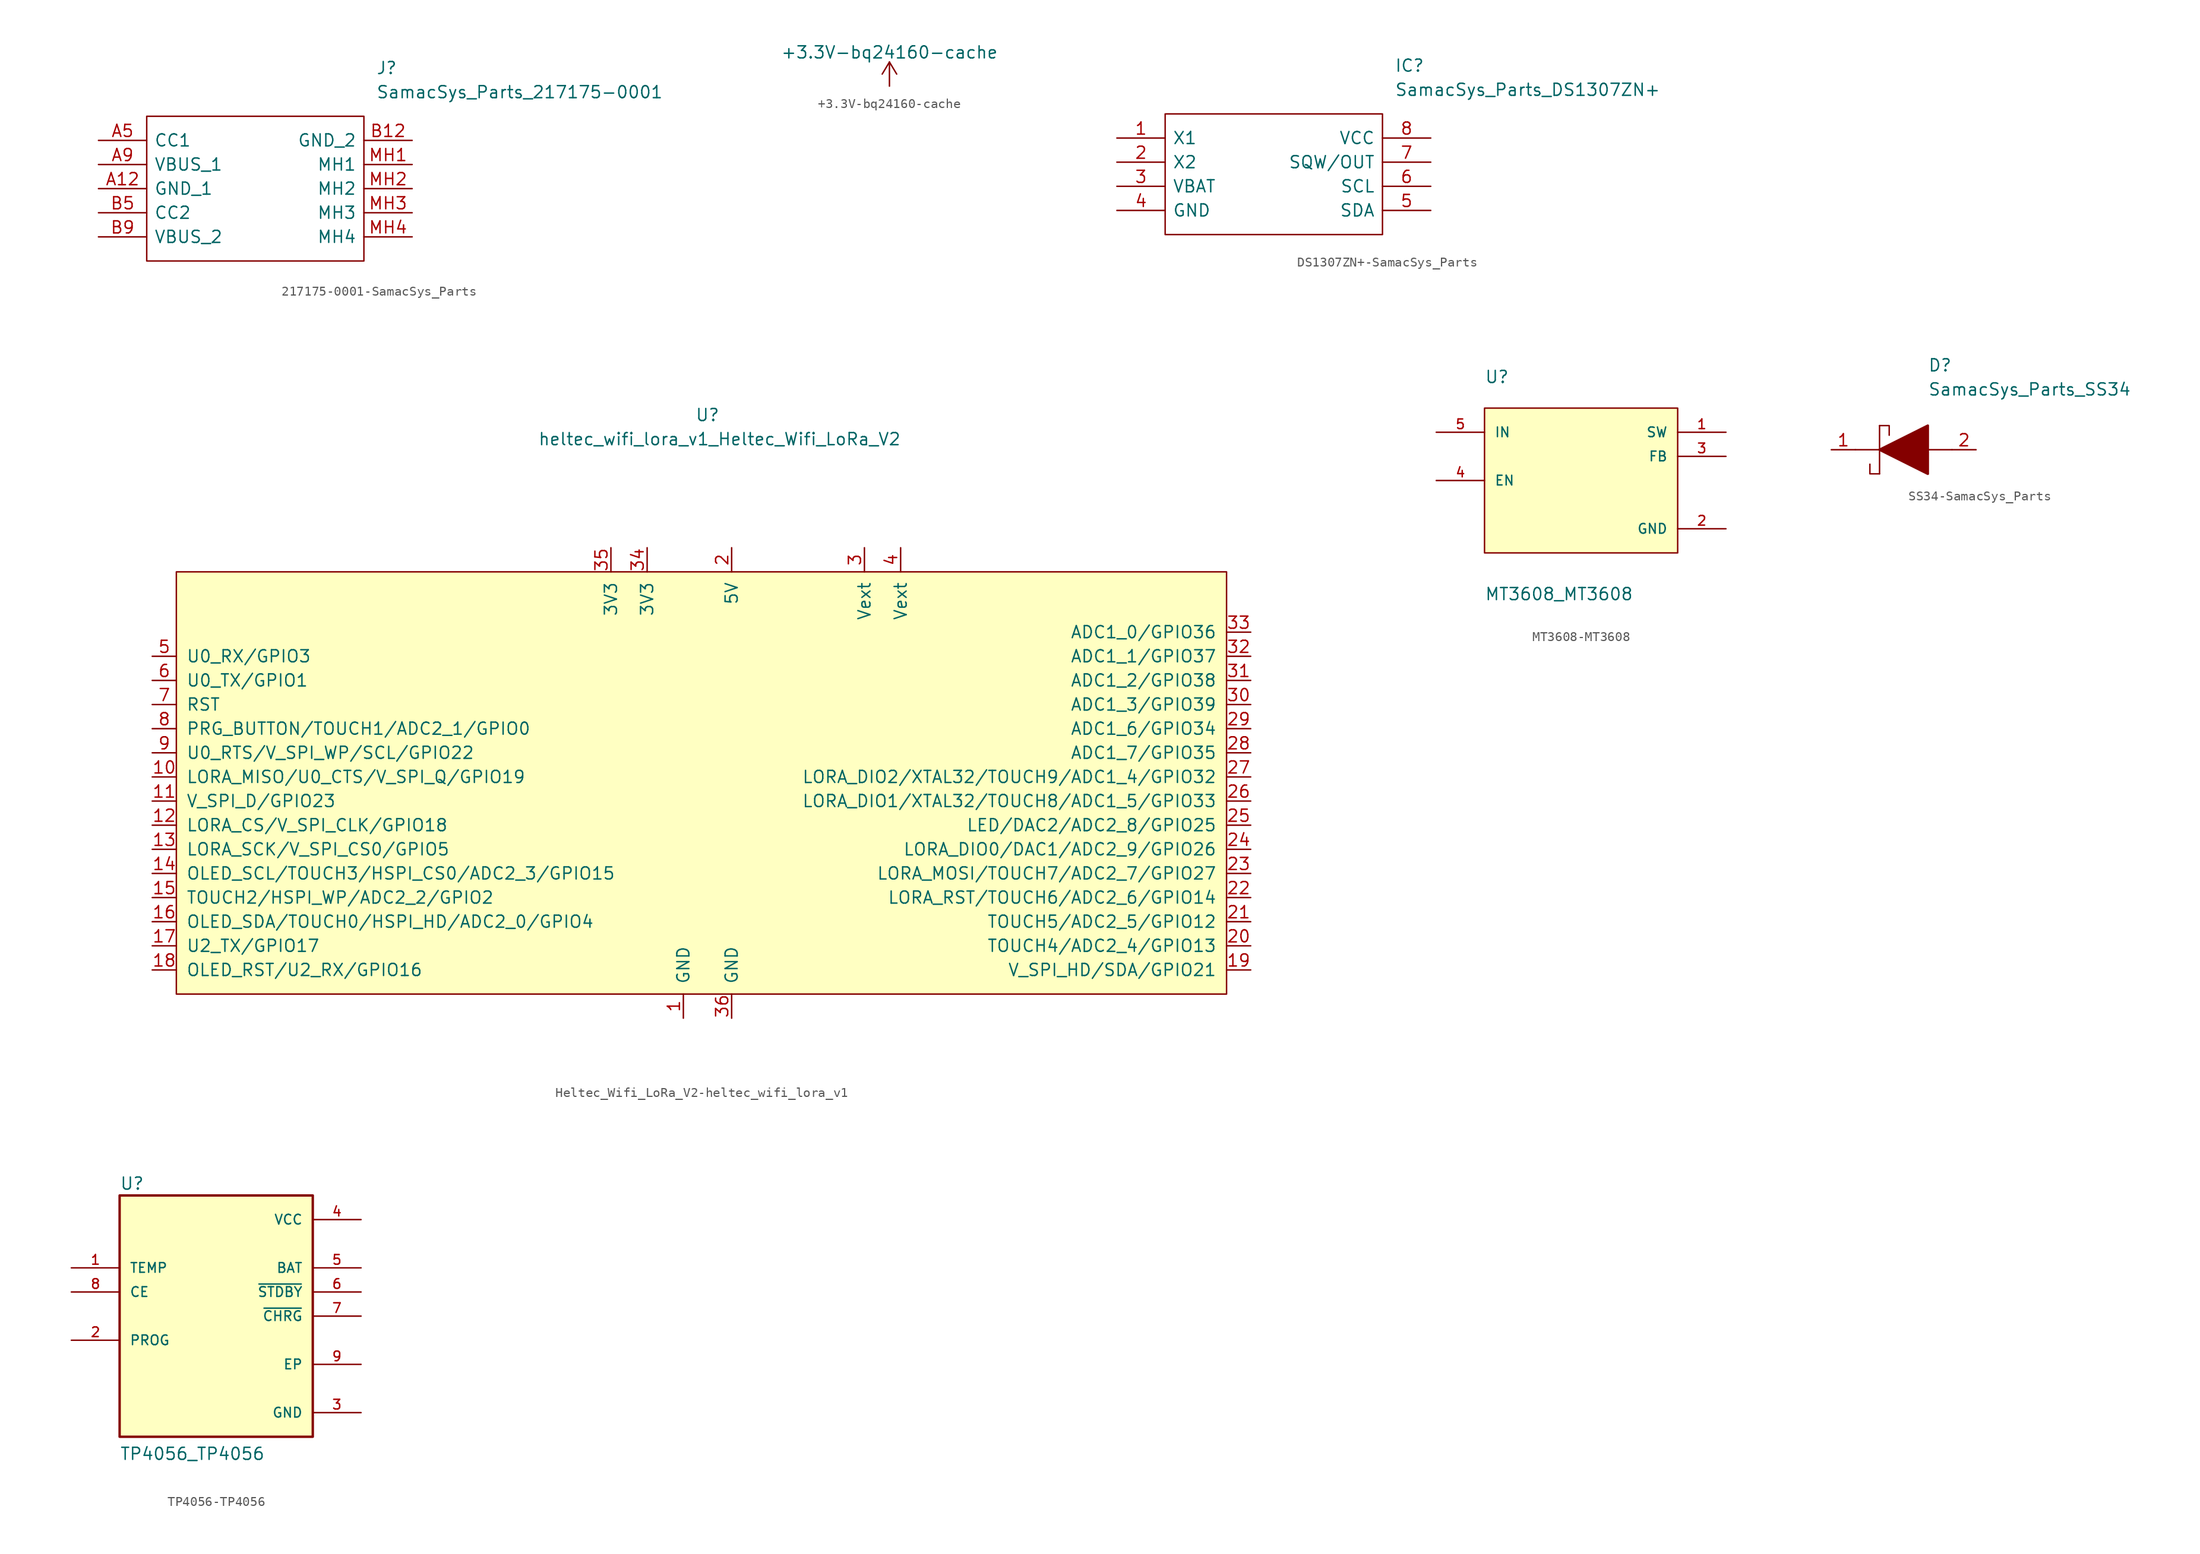
<source format=kicad_sym>
(kicad_symbol_lib
  (version 20220914)
  (generator kicad_symbol_editor)
  (symbol "217175-0001-SamacSys_Parts"
    (pin_names
      (offset 0.762))
    (property "Reference" "J"
      (at 29.21 7.62 0)
      (effects (font (size 1.27 1.27)) (justify left)))
    (property "Value" "SamacSys_Parts_217175-0001"
      (at 29.21 5.08 0)
      (effects (font (size 1.27 1.27)) (justify left)))
    (symbol "217175-0001-SamacSys_Parts_0_0"
      (pin passive line (at 0 -5.08 0) (length 5.08) (name "GND_1" (effects (font (size 1.27 1.27)))) (number "A12" (effects (font (size 1.27 1.27)))))
      (pin passive line (at 0 0 0) (length 5.08) (name "CC1" (effects (font (size 1.27 1.27)))) (number "A5" (effects (font (size 1.27 1.27)))))
      (pin passive line (at 0 -2.54 0) (length 5.08) (name "VBUS_1" (effects (font (size 1.27 1.27)))) (number "A9" (effects (font (size 1.27 1.27)))))
      (pin passive line (at 33.02 0 180) (length 5.08) (name "GND_2" (effects (font (size 1.27 1.27)))) (number "B12" (effects (font (size 1.27 1.27)))))
      (pin passive line (at 0 -7.62 0) (length 5.08) (name "CC2" (effects (font (size 1.27 1.27)))) (number "B5" (effects (font (size 1.27 1.27)))))
      (pin passive line (at 0 -10.16 0) (length 5.08) (name "VBUS_2" (effects (font (size 1.27 1.27)))) (number "B9" (effects (font (size 1.27 1.27)))))
      (pin passive line (at 33.02 -2.54 180) (length 5.08) (name "MH1" (effects (font (size 1.27 1.27)))) (number "MH1" (effects (font (size 1.27 1.27)))))
      (pin passive line (at 33.02 -5.08 180) (length 5.08) (name "MH2" (effects (font (size 1.27 1.27)))) (number "MH2" (effects (font (size 1.27 1.27)))))
      (pin passive line (at 33.02 -7.62 180) (length 5.08) (name "MH3" (effects (font (size 1.27 1.27)))) (number "MH3" (effects (font (size 1.27 1.27)))))
      (pin passive line (at 33.02 -10.16 180) (length 5.08) (name "MH4" (effects (font (size 1.27 1.27)))) (number "MH4" (effects (font (size 1.27 1.27))))))
    (symbol "217175-0001-SamacSys_Parts_0_1"
      (polyline (pts (xy 5.08 2.54) (xy 27.94 2.54) (xy 27.94 -12.7) (xy 5.08 -12.7) (xy 5.08 2.54)) (stroke (width 0.152) (type solid)) (fill (type none)))))
  (symbol "+3.3V-bq24160-cache"
    (power)
    (pin_names
      (offset 0))
    (property "Reference" "#PWR"
      (at 0 -3.81 0)
      (effects (font (size 1.27 1.27)) hide))
    (property "Value" "+3.3V-bq24160-cache"
      (at 0 3.556 0)
      (effects (font (size 1.27 1.27))))
    (symbol "+3.3V-bq24160-cache_0_1"
      (polyline (pts (xy -0.762 1.27) (xy 0 2.54)) (stroke (width 0) (type solid)) (fill (type none)))
      (polyline (pts (xy 0 0) (xy 0 2.54)) (stroke (width 0) (type solid)) (fill (type none)))
      (polyline (pts (xy 0 2.54) (xy 0.762 1.27)) (stroke (width 0) (type solid)) (fill (type none))))
    (symbol "+3.3V-bq24160-cache_1_1"
      (pin power_in line (at 0 0 90) (length 0) hide (name "+3V3" (effects (font (size 1.27 1.27)))) (number "1" (effects (font (size 1.27 1.27)))))))
  (symbol "DS1307ZN+-SamacSys_Parts"
    (pin_names
      (offset 0.762))
    (property "Reference" "IC"
      (at 29.21 7.62 0)
      (effects (font (size 1.27 1.27)) (justify left)))
    (property "Value" "SamacSys_Parts_DS1307ZN+"
      (at 29.21 5.08 0)
      (effects (font (size 1.27 1.27)) (justify left)))
    (symbol "DS1307ZN+-SamacSys_Parts_0_0"
      (pin passive line (at 0 0 0) (length 5.08) (name "X1" (effects (font (size 1.27 1.27)))) (number "1" (effects (font (size 1.27 1.27)))))
      (pin passive line (at 0 -2.54 0) (length 5.08) (name "X2" (effects (font (size 1.27 1.27)))) (number "2" (effects (font (size 1.27 1.27)))))
      (pin passive line (at 0 -5.08 0) (length 5.08) (name "VBAT" (effects (font (size 1.27 1.27)))) (number "3" (effects (font (size 1.27 1.27)))))
      (pin passive line (at 0 -7.62 0) (length 5.08) (name "GND" (effects (font (size 1.27 1.27)))) (number "4" (effects (font (size 1.27 1.27)))))
      (pin passive line (at 33.02 -7.62 180) (length 5.08) (name "SDA" (effects (font (size 1.27 1.27)))) (number "5" (effects (font (size 1.27 1.27)))))
      (pin passive line (at 33.02 -5.08 180) (length 5.08) (name "SCL" (effects (font (size 1.27 1.27)))) (number "6" (effects (font (size 1.27 1.27)))))
      (pin passive line (at 33.02 -2.54 180) (length 5.08) (name "SQW/OUT" (effects (font (size 1.27 1.27)))) (number "7" (effects (font (size 1.27 1.27)))))
      (pin passive line (at 33.02 0 180) (length 5.08) (name "VCC" (effects (font (size 1.27 1.27)))) (number "8" (effects (font (size 1.27 1.27))))))
    (symbol "DS1307ZN+-SamacSys_Parts_0_1"
      (polyline (pts (xy 5.08 2.54) (xy 27.94 2.54) (xy 27.94 -10.16) (xy 5.08 -10.16) (xy 5.08 2.54)) (stroke (width 0.152) (type solid)) (fill (type none)))))
  (symbol "Heltec_Wifi_LoRa_V2-heltec_wifi_lora_v1"
    (pin_names
      (offset 1.016))
    (property "Reference" "U"
      (at 0 21.59 0)
      (effects (font (size 1.27 1.27))))
    (property "Value" "heltec_wifi_lora_v1_Heltec_Wifi_LoRa_V2"
      (at 1.27 19.05 0)
      (effects (font (size 1.27 1.27))))
    (symbol "Heltec_Wifi_LoRa_V2-heltec_wifi_lora_v1_0_1"
      (rectangle (start -55.88 5.08) (end 54.61 -39.37) (stroke (width 0) (type solid)) (fill (type background))))
    (symbol "Heltec_Wifi_LoRa_V2-heltec_wifi_lora_v1_1_1"
      (pin power_in line (at -2.54 -41.91 90) (length 2.54) (name "GND" (effects (font (size 1.27 1.27)))) (number "1" (effects (font (size 1.27 1.27)))))
      (pin bidirectional line (at -58.42 -16.51 0) (length 2.54) (name "LORA_MISO/U0_CTS/V_SPI_Q/GPIO19" (effects (font (size 1.27 1.27)))) (number "10" (effects (font (size 1.27 1.27)))))
      (pin bidirectional line (at -58.42 -19.05 0) (length 2.54) (name "V_SPI_D/GPIO23" (effects (font (size 1.27 1.27)))) (number "11" (effects (font (size 1.27 1.27)))))
      (pin bidirectional line (at -58.42 -21.59 0) (length 2.54) (name "LORA_CS/V_SPI_CLK/GPIO18" (effects (font (size 1.27 1.27)))) (number "12" (effects (font (size 1.27 1.27)))))
      (pin bidirectional line (at -58.42 -24.13 0) (length 2.54) (name "LORA_SCK/V_SPI_CS0/GPIO5" (effects (font (size 1.27 1.27)))) (number "13" (effects (font (size 1.27 1.27)))))
      (pin bidirectional line (at -58.42 -26.67 0) (length 2.54) (name "OLED_SCL/TOUCH3/HSPI_CS0/ADC2_3/GPIO15" (effects (font (size 1.27 1.27)))) (number "14" (effects (font (size 1.27 1.27)))))
      (pin bidirectional line (at -58.42 -29.21 0) (length 2.54) (name "TOUCH2/HSPI_WP/ADC2_2/GPIO2" (effects (font (size 1.27 1.27)))) (number "15" (effects (font (size 1.27 1.27)))))
      (pin bidirectional line (at -58.42 -31.75 0) (length 2.54) (name "OLED_SDA/TOUCH0/HSPI_HD/ADC2_0/GPIO4" (effects (font (size 1.27 1.27)))) (number "16" (effects (font (size 1.27 1.27)))))
      (pin bidirectional line (at -58.42 -34.29 0) (length 2.54) (name "U2_TX/GPIO17" (effects (font (size 1.27 1.27)))) (number "17" (effects (font (size 1.27 1.27)))))
      (pin bidirectional line (at -58.42 -36.83 0) (length 2.54) (name "OLED_RST/U2_RX/GPIO16" (effects (font (size 1.27 1.27)))) (number "18" (effects (font (size 1.27 1.27)))))
      (pin bidirectional line (at 57.15 -36.83 180) (length 2.54) (name "V_SPI_HD/SDA/GPIO21" (effects (font (size 1.27 1.27)))) (number "19" (effects (font (size 1.27 1.27)))))
      (pin power_in line (at 2.54 7.62 270) (length 2.54) (name "5V" (effects (font (size 1.27 1.27)))) (number "2" (effects (font (size 1.27 1.27)))))
      (pin bidirectional line (at 57.15 -34.29 180) (length 2.54) (name "TOUCH4/ADC2_4/GPIO13" (effects (font (size 1.27 1.27)))) (number "20" (effects (font (size 1.27 1.27)))))
      (pin bidirectional line (at 57.15 -31.75 180) (length 2.54) (name "TOUCH5/ADC2_5/GPIO12" (effects (font (size 1.27 1.27)))) (number "21" (effects (font (size 1.27 1.27)))))
      (pin bidirectional line (at 57.15 -29.21 180) (length 2.54) (name "LORA_RST/TOUCH6/ADC2_6/GPIO14" (effects (font (size 1.27 1.27)))) (number "22" (effects (font (size 1.27 1.27)))))
      (pin bidirectional line (at 57.15 -26.67 180) (length 2.54) (name "LORA_MOSI/TOUCH7/ADC2_7/GPIO27" (effects (font (size 1.27 1.27)))) (number "23" (effects (font (size 1.27 1.27)))))
      (pin bidirectional line (at 57.15 -24.13 180) (length 2.54) (name "LORA_DIO0/DAC1/ADC2_9/GPIO26" (effects (font (size 1.27 1.27)))) (number "24" (effects (font (size 1.27 1.27)))))
      (pin bidirectional line (at 57.15 -21.59 180) (length 2.54) (name "LED/DAC2/ADC2_8/GPIO25" (effects (font (size 1.27 1.27)))) (number "25" (effects (font (size 1.27 1.27)))))
      (pin bidirectional line (at 57.15 -19.05 180) (length 2.54) (name "LORA_DIO1/XTAL32/TOUCH8/ADC1_5/GPIO33" (effects (font (size 1.27 1.27)))) (number "26" (effects (font (size 1.27 1.27)))))
      (pin bidirectional line (at 57.15 -16.51 180) (length 2.54) (name "LORA_DIO2/XTAL32/TOUCH9/ADC1_4/GPIO32" (effects (font (size 1.27 1.27)))) (number "27" (effects (font (size 1.27 1.27)))))
      (pin bidirectional line (at 57.15 -13.97 180) (length 2.54) (name "ADC1_7/GPIO35" (effects (font (size 1.27 1.27)))) (number "28" (effects (font (size 1.27 1.27)))))
      (pin bidirectional line (at 57.15 -11.43 180) (length 2.54) (name "ADC1_6/GPIO34" (effects (font (size 1.27 1.27)))) (number "29" (effects (font (size 1.27 1.27)))))
      (pin power_out line (at 16.51 7.62 270) (length 2.54) (name "Vext" (effects (font (size 1.27 1.27)))) (number "3" (effects (font (size 1.27 1.27)))))
      (pin bidirectional line (at 57.15 -8.89 180) (length 2.54) (name "ADC1_3/GPIO39" (effects (font (size 1.27 1.27)))) (number "30" (effects (font (size 1.27 1.27)))))
      (pin bidirectional line (at 57.15 -6.35 180) (length 2.54) (name "ADC1_2/GPIO38" (effects (font (size 1.27 1.27)))) (number "31" (effects (font (size 1.27 1.27)))))
      (pin bidirectional line (at 57.15 -3.81 180) (length 2.54) (name "ADC1_1/GPIO37" (effects (font (size 1.27 1.27)))) (number "32" (effects (font (size 1.27 1.27)))))
      (pin bidirectional line (at 57.15 -1.27 180) (length 2.54) (name "ADC1_0/GPIO36" (effects (font (size 1.27 1.27)))) (number "33" (effects (font (size 1.27 1.27)))))
      (pin power_in line (at -6.35 7.62 270) (length 2.54) (name "3V3" (effects (font (size 1.27 1.27)))) (number "34" (effects (font (size 1.27 1.27)))))
      (pin power_in line (at -10.16 7.62 270) (length 2.54) (name "3V3" (effects (font (size 1.27 1.27)))) (number "35" (effects (font (size 1.27 1.27)))))
      (pin power_in line (at 2.54 -41.91 90) (length 2.54) (name "GND" (effects (font (size 1.27 1.27)))) (number "36" (effects (font (size 1.27 1.27)))))
      (pin power_out line (at 20.32 7.62 270) (length 2.54) (name "Vext" (effects (font (size 1.27 1.27)))) (number "4" (effects (font (size 1.27 1.27)))))
      (pin bidirectional line (at -58.42 -3.81 0) (length 2.54) (name "U0_RX/GPIO3" (effects (font (size 1.27 1.27)))) (number "5" (effects (font (size 1.27 1.27)))))
      (pin bidirectional line (at -58.42 -6.35 0) (length 2.54) (name "U0_TX/GPIO1" (effects (font (size 1.27 1.27)))) (number "6" (effects (font (size 1.27 1.27)))))
      (pin input line (at -58.42 -8.89 0) (length 2.54) (name "RST" (effects (font (size 1.27 1.27)))) (number "7" (effects (font (size 1.27 1.27)))))
      (pin bidirectional line (at -58.42 -11.43 0) (length 2.54) (name "PRG_BUTTON/TOUCH1/ADC2_1/GPIO0" (effects (font (size 1.27 1.27)))) (number "8" (effects (font (size 1.27 1.27)))))
      (pin bidirectional line (at -58.42 -13.97 0) (length 2.54) (name "U0_RTS/V_SPI_WP/SCL/GPIO22" (effects (font (size 1.27 1.27)))) (number "9" (effects (font (size 1.27 1.27)))))))
  (symbol "MT3608-MT3608"
    (pin_names
      (offset 1.016))
    (property "Reference" "U"
      (at -10.16 10.16 0)
      (effects (font (size 1.27 1.27)) (justify left bottom)))
    (property "Value" "MT3608_MT3608"
      (at -10.16 -12.7 0)
      (effects (font (size 1.27 1.27)) (justify left bottom)))
    (property "ki_locked" ""
      (at 0 0 0)
      (effects (font (size 1.27 1.27))))
    (symbol "MT3608-MT3608_0_0"
      (rectangle (start -10.16 -7.62) (end 10.16 7.62) (stroke (width 0.152) (type solid)) (fill (type background)))
      (pin output line (at 15.24 5.08 180) (length 5.08) (name "SW" (effects (font (size 1.016 1.016)))) (number "1" (effects (font (size 1.016 1.016)))))
      (pin power_in line (at 15.24 -5.08 180) (length 5.08) (name "GND" (effects (font (size 1.016 1.016)))) (number "2" (effects (font (size 1.016 1.016)))))
      (pin input line (at 15.24 2.54 180) (length 5.08) (name "FB" (effects (font (size 1.016 1.016)))) (number "3" (effects (font (size 1.016 1.016)))))
      (pin input line (at -15.24 0 0) (length 5.08) (name "EN" (effects (font (size 1.016 1.016)))) (number "4" (effects (font (size 1.016 1.016)))))
      (pin input line (at -15.24 5.08 0) (length 5.08) (name "IN" (effects (font (size 1.016 1.016)))) (number "5" (effects (font (size 1.016 1.016)))))))
  (symbol "SS34-SamacSys_Parts"
    (pin_names
      (offset 0.762))
    (property "Reference" "D"
      (at 12.7 8.89 0)
      (effects (font (size 1.27 1.27)) (justify left)))
    (property "Value" "SamacSys_Parts_SS34"
      (at 12.7 6.35 0)
      (effects (font (size 1.27 1.27)) (justify left)))
    (symbol "SS34-SamacSys_Parts_0_0"
      (pin passive line (at 2.54 0 0) (length 2.54) (name "~" (effects (font (size 1.27 1.27)))) (number "1" (effects (font (size 1.27 1.27)))))
      (pin passive line (at 17.78 0 180) (length 2.54) (name "~" (effects (font (size 1.27 1.27)))) (number "2" (effects (font (size 1.27 1.27))))))
    (symbol "SS34-SamacSys_Parts_0_1"
      (polyline (pts (xy 5.08 0) (xy 7.62 0)) (stroke (width 0.152) (type solid)) (fill (type none)))
      (polyline (pts (xy 7.62 2.54) (xy 7.62 -2.54)) (stroke (width 0.152) (type solid)) (fill (type none)))
      (polyline (pts (xy 12.7 0) (xy 15.24 0)) (stroke (width 0.152) (type solid)) (fill (type none)))
      (polyline (pts (xy 7.62 -2.54) (xy 6.604 -2.54) (xy 6.604 -1.524)) (stroke (width 0.152) (type solid)) (fill (type none)))
      (polyline (pts (xy 7.62 2.54) (xy 8.636 2.54) (xy 8.636 1.524)) (stroke (width 0.152) (type solid)) (fill (type none)))
      (polyline (pts (xy 7.62 0) (xy 12.7 2.54) (xy 12.7 -2.54) (xy 7.62 0)) (stroke (width 0.254) (type solid)) (fill (type outline)))))
  (symbol "TP4056-TP4056"
    (pin_names
      (offset 1.016))
    (property "Reference" "U"
      (at -10.16 13.208 0)
      (effects (font (size 1.27 1.27)) (justify left bottom)))
    (property "Value" "TP4056_TP4056"
      (at -10.16 -15.24 0)
      (effects (font (size 1.27 1.27)) (justify left bottom)))
    (property "ki_locked" ""
      (at 0 0 0)
      (effects (font (size 1.27 1.27))))
    (symbol "TP4056-TP4056_0_0"
      (rectangle (start -10.16 -12.7) (end 10.16 12.7) (stroke (width 0.254) (type solid)) (fill (type background)))
      (pin input line (at -15.24 5.08 0) (length 5.08) (name "TEMP" (effects (font (size 1.016 1.016)))) (number "1" (effects (font (size 1.016 1.016)))))
      (pin bidirectional line (at -15.24 -2.54 0) (length 5.08) (name "PROG" (effects (font (size 1.016 1.016)))) (number "2" (effects (font (size 1.016 1.016)))))
      (pin power_in line (at 15.24 -10.16 180) (length 5.08) (name "GND" (effects (font (size 1.016 1.016)))) (number "3" (effects (font (size 1.016 1.016)))))
      (pin power_in line (at 15.24 10.16 180) (length 5.08) (name "VCC" (effects (font (size 1.016 1.016)))) (number "4" (effects (font (size 1.016 1.016)))))
      (pin output line (at 15.24 5.08 180) (length 5.08) (name "BAT" (effects (font (size 1.016 1.016)))) (number "5" (effects (font (size 1.016 1.016)))))
      (pin output line (at 15.24 2.54 180) (length 5.08) (name "~{STDBY}" (effects (font (size 1.016 1.016)))) (number "6" (effects (font (size 1.016 1.016)))))
      (pin output line (at 15.24 0 180) (length 5.08) (name "~{CHRG}" (effects (font (size 1.016 1.016)))) (number "7" (effects (font (size 1.016 1.016)))))
      (pin input line (at -15.24 2.54 0) (length 5.08) (name "CE" (effects (font (size 1.016 1.016)))) (number "8" (effects (font (size 1.016 1.016)))))
      (pin passive line (at 15.24 -5.08 180) (length 5.08) (name "EP" (effects (font (size 1.016 1.016)))) (number "9" (effects (font (size 1.016 1.016))))))))
</source>
